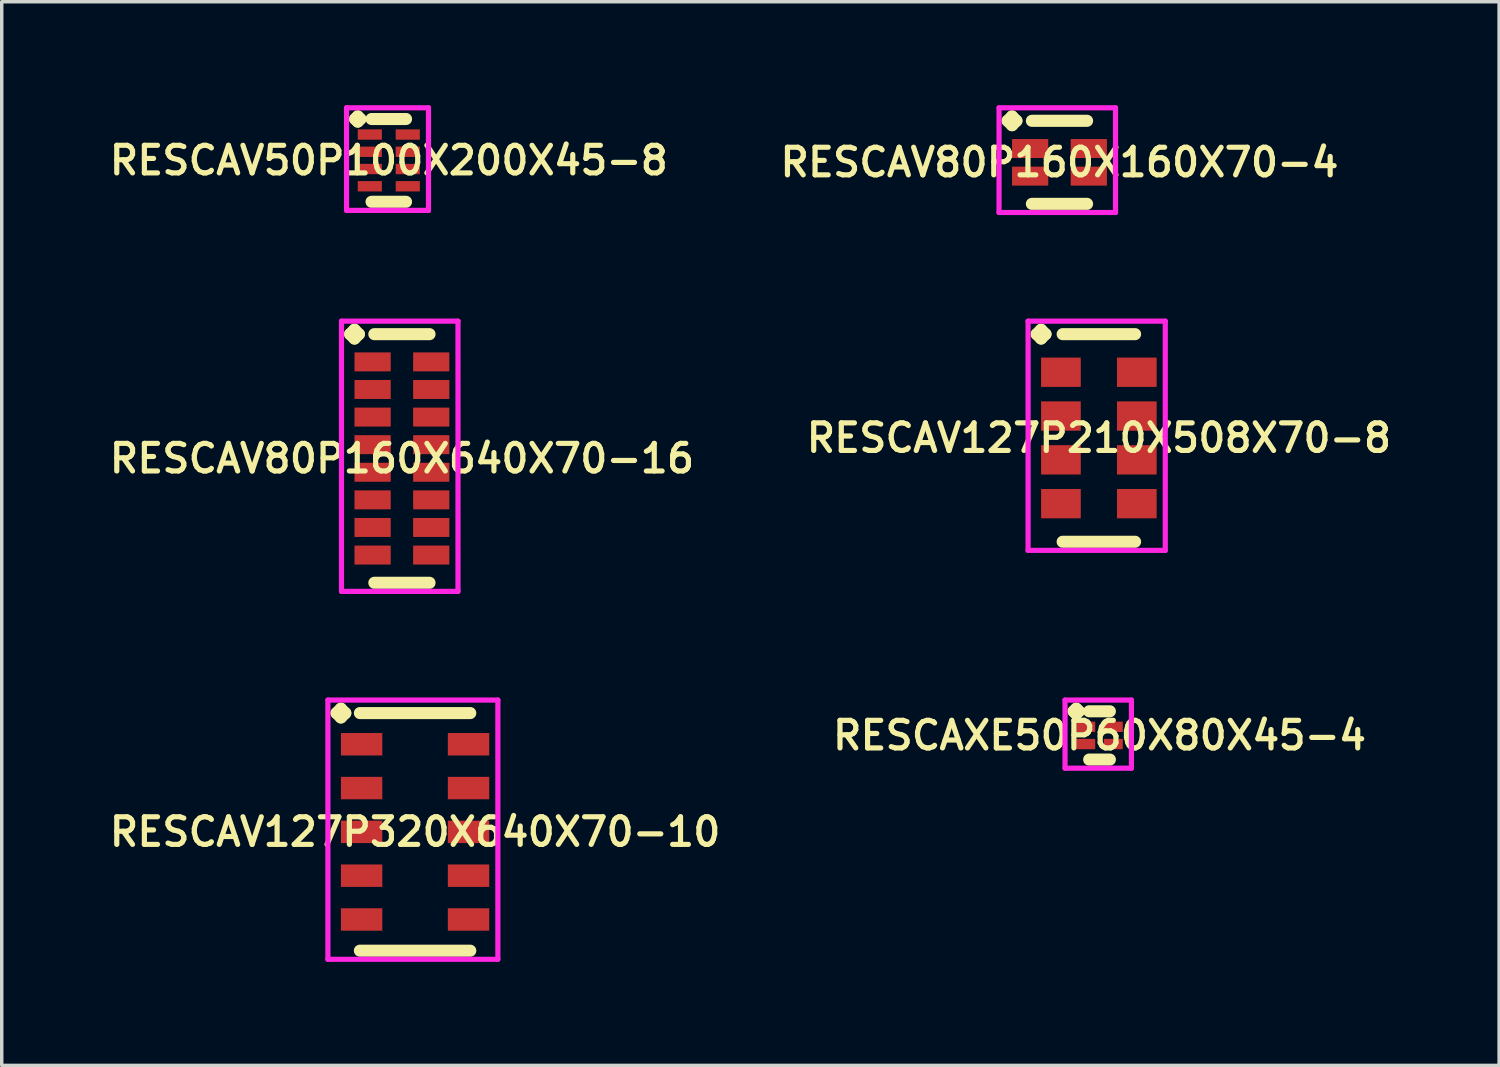
<source format=kicad_pcb>
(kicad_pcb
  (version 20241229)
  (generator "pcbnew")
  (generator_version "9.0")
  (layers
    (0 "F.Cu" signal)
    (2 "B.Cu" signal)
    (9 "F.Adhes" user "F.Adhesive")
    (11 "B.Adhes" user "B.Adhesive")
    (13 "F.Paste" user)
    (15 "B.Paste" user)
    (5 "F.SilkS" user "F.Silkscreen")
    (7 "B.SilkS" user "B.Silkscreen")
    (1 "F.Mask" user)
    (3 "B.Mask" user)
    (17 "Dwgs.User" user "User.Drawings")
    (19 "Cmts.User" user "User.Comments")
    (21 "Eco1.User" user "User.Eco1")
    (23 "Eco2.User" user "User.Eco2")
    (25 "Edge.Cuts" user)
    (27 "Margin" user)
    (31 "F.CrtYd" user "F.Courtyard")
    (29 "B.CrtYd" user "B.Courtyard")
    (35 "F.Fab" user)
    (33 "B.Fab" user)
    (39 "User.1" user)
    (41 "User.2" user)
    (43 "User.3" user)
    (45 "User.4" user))
  (footprint "RESCAV50P100X200X45-8"
    (layer "F.Cu")
    (at 8.221 1.6)
    (property "Reference" "RESCAV50P100X200X45-8" (at 0 0 0) (layer "F.SilkS") (effects (font (size 0.8 0.8) (thickness 0.15))))
    (attr smd)
    (fp_line (start -0.975 -1.2) (end -0.9 -1.275) (stroke (width 0.35) (type solid)) (layer "F.SilkS"))
    (fp_line (start -0.9 -1.275) (end -0.825 -1.2) (stroke (width 0.35) (type solid)) (layer "F.SilkS"))
    (fp_line (start -0.9 -1.125) (end -0.975 -1.2) (stroke (width 0.35) (type solid)) (layer "F.SilkS"))
    (fp_line (start -0.825 -1.2) (end -0.9 -1.125) (stroke (width 0.35) (type solid)) (layer "F.SilkS"))
    (fp_line (start -0.5 -1.2) (end 0.5 -1.2) (stroke (width 0.35) (type solid)) (layer "F.SilkS"))
    (fp_line (start -0.5 1.2) (end 0.5 1.2) (stroke (width 0.35) (type solid)) (layer "F.SilkS"))
    (fp_line (start -1.225 -1.525) (end 1.15 -1.525) (stroke (width 0.15) (type solid)) (layer "F.CrtYd"))
    (fp_line (start -1.225 1.45) (end -1.225 -1.525) (stroke (width 0.15) (type solid)) (layer "F.CrtYd"))
    (fp_line (start 1.15 -1.525) (end 1.15 1.45) (stroke (width 0.15) (type solid)) (layer "F.CrtYd"))
    (fp_line (start 1.15 1.45) (end -1.225 1.45) (stroke (width 0.15) (type solid)) (layer "F.CrtYd"))
    (pad "1" smd rect (at -0.55 -0.75) (size 0.7 0.3) (layers "F.Cu" "F.Mask" "F.Paste"))
    (pad "2" smd rect (at -0.55 -0.25) (size 0.7 0.3) (layers "F.Cu" "F.Mask" "F.Paste"))
    (pad "3" smd rect (at -0.55 0.25) (size 0.7 0.3) (layers "F.Cu" "F.Mask" "F.Paste"))
    (pad "4" smd rect (at -0.55 0.75) (size 0.7 0.3) (layers "F.Cu" "F.Mask" "F.Paste"))
    (pad "5" smd rect (at 0.55 0.75) (size 0.7 0.3) (layers "F.Cu" "F.Mask" "F.Paste"))
    (pad "6" smd rect (at 0.55 0.25) (size 0.7 0.3) (layers "F.Cu" "F.Mask" "F.Paste"))
    (pad "7" smd rect (at 0.55 -0.25) (size 0.7 0.3) (layers "F.Cu" "F.Mask" "F.Paste"))
    (pad "8" smd rect (at 0.55 -0.75) (size 0.7 0.3) (layers "F.Cu" "F.Mask" "F.Paste")))
  (footprint "RESCAV127P210X508X70-8"
    (layer "F.Cu")
    (at 28.806 9.646)
    (property "Reference" "RESCAV127P210X508X70-8" (at 0 0 0) (layer "F.SilkS") (effects (font (size 0.8 0.8) (thickness 0.15))))
    (attr smd)
    (fp_line (start -1.802 -3.009) (end -1.675 -3.136) (stroke (width 0.35) (type solid)) (layer "F.SilkS"))
    (fp_line (start -1.675 -3.136) (end -1.548 -3.009) (stroke (width 0.35) (type solid)) (layer "F.SilkS"))
    (fp_line (start -1.675 -2.882) (end -1.802 -3.009) (stroke (width 0.35) (type solid)) (layer "F.SilkS"))
    (fp_line (start -1.548 -3.009) (end -1.675 -2.882) (stroke (width 0.35) (type solid)) (layer "F.SilkS"))
    (fp_line (start -1.05 -3.009) (end 1.05 -3.009) (stroke (width 0.35) (type solid)) (layer "F.SilkS"))
    (fp_line (start -1.05 3.009) (end 1.05 3.009) (stroke (width 0.35) (type solid)) (layer "F.SilkS"))
    (fp_line (start -2.052 -3.386) (end 1.925 -3.386) (stroke (width 0.15) (type solid)) (layer "F.CrtYd"))
    (fp_line (start -2.052 3.259) (end -2.052 -3.386) (stroke (width 0.15) (type solid)) (layer "F.CrtYd"))
    (fp_line (start 1.925 -3.386) (end 1.925 3.259) (stroke (width 0.15) (type solid)) (layer "F.CrtYd"))
    (fp_line (start 1.925 3.259) (end -2.052 3.259) (stroke (width 0.15) (type solid)) (layer "F.CrtYd"))
    (pad "1" smd rect (at -1.1 -1.905) (size 1.15 0.85) (layers "F.Cu" "F.Mask" "F.Paste"))
    (pad "2" smd rect (at -1.1 -0.635) (size 1.15 0.85) (layers "F.Cu" "F.Mask" "F.Paste"))
    (pad "3" smd rect (at -1.1 0.635) (size 1.15 0.85) (layers "F.Cu" "F.Mask" "F.Paste"))
    (pad "4" smd rect (at -1.1 1.905) (size 1.15 0.85) (layers "F.Cu" "F.Mask" "F.Paste"))
    (pad "5" smd rect (at 1.1 1.905) (size 1.15 0.85) (layers "F.Cu" "F.Mask" "F.Paste"))
    (pad "6" smd rect (at 1.1 0.635) (size 1.15 0.85) (layers "F.Cu" "F.Mask" "F.Paste"))
    (pad "7" smd rect (at 1.1 -0.635) (size 1.15 0.85) (layers "F.Cu" "F.Mask" "F.Paste"))
    (pad "8" smd rect (at 1.1 -1.905) (size 1.15 0.85) (layers "F.Cu" "F.Mask" "F.Paste")))
  (footprint "RESCAV80P160X160X70-4"
    (layer "F.Cu")
    (at 27.664 1.656)
    (property "Reference" "RESCAV80P160X160X70-4" (at 0 0 0) (layer "F.SilkS") (effects (font (size 0.8 0.8) (thickness 0.15))))
    (attr smd)
    (fp_line (start -1.502 -1.204) (end -1.375 -1.331) (stroke (width 0.35) (type solid)) (layer "F.SilkS"))
    (fp_line (start -1.375 -1.331) (end -1.248 -1.204) (stroke (width 0.35) (type solid)) (layer "F.SilkS"))
    (fp_line (start -1.375 -1.077) (end -1.502 -1.204) (stroke (width 0.35) (type solid)) (layer "F.SilkS"))
    (fp_line (start -1.248 -1.204) (end -1.375 -1.077) (stroke (width 0.35) (type solid)) (layer "F.SilkS"))
    (fp_line (start -0.8 -1.204) (end 0.8 -1.204) (stroke (width 0.35) (type solid)) (layer "F.SilkS"))
    (fp_line (start -0.8 1.204) (end 0.8 1.204) (stroke (width 0.35) (type solid)) (layer "F.SilkS"))
    (fp_line (start -1.752 -1.581) (end 1.625 -1.581) (stroke (width 0.15) (type solid)) (layer "F.CrtYd"))
    (fp_line (start -1.752 1.454) (end -1.752 -1.581) (stroke (width 0.15) (type solid)) (layer "F.CrtYd"))
    (fp_line (start 1.625 -1.581) (end 1.625 1.454) (stroke (width 0.15) (type solid)) (layer "F.CrtYd"))
    (fp_line (start 1.625 1.454) (end -1.752 1.454) (stroke (width 0.15) (type solid)) (layer "F.CrtYd"))
    (pad "1" smd rect (at -0.85 -0.4) (size 1.05 0.55) (layers "F.Cu" "F.Mask" "F.Paste"))
    (pad "2" smd rect (at -0.85 0.4) (size 1.05 0.55) (layers "F.Cu" "F.Mask" "F.Paste"))
    (pad "3" smd rect (at 0.85 0.4) (size 1.05 0.55) (layers "F.Cu" "F.Mask" "F.Paste"))
    (pad "4" smd rect (at 0.85 -0.4) (size 1.05 0.55) (layers "F.Cu" "F.Mask" "F.Paste")))
  (footprint "RESCAV127P320X640X70-10"
    (layer "F.Cu")
    (at 8.983 21.066)
    (property "Reference" "RESCAV127P320X640X70-10" (at 0 0 0) (layer "F.SilkS") (effects (font (size 0.8 0.8) (thickness 0.15))))
    (attr smd)
    (fp_line (start -2.277 -3.444) (end -2.15 -3.571) (stroke (width 0.35) (type solid)) (layer "F.SilkS"))
    (fp_line (start -2.15 -3.571) (end -2.023 -3.444) (stroke (width 0.35) (type solid)) (layer "F.SilkS"))
    (fp_line (start -2.15 -3.317) (end -2.277 -3.444) (stroke (width 0.35) (type solid)) (layer "F.SilkS"))
    (fp_line (start -2.023 -3.444) (end -2.15 -3.317) (stroke (width 0.35) (type solid)) (layer "F.SilkS"))
    (fp_line (start -1.6 -3.444) (end 1.6 -3.444) (stroke (width 0.35) (type solid)) (layer "F.SilkS"))
    (fp_line (start -1.6 3.444) (end 1.6 3.444) (stroke (width 0.35) (type solid)) (layer "F.SilkS"))
    (fp_line (start -2.527 -3.821) (end 2.4 -3.821) (stroke (width 0.15) (type solid)) (layer "F.CrtYd"))
    (fp_line (start -2.527 3.694) (end -2.527 -3.821) (stroke (width 0.15) (type solid)) (layer "F.CrtYd"))
    (fp_line (start 2.4 -3.821) (end 2.4 3.694) (stroke (width 0.15) (type solid)) (layer "F.CrtYd"))
    (fp_line (start 2.4 3.694) (end -2.527 3.694) (stroke (width 0.15) (type solid)) (layer "F.CrtYd"))
    (pad "1" smd rect (at -1.55 -2.54) (size 1.2 0.65) (layers "F.Cu" "F.Mask" "F.Paste"))
    (pad "2" smd rect (at -1.55 -1.27) (size 1.2 0.65) (layers "F.Cu" "F.Mask" "F.Paste"))
    (pad "3" smd rect (at -1.55 0) (size 1.2 0.65) (layers "F.Cu" "F.Mask" "F.Paste"))
    (pad "4" smd rect (at -1.55 1.27) (size 1.2 0.65) (layers "F.Cu" "F.Mask" "F.Paste"))
    (pad "5" smd rect (at -1.55 2.54) (size 1.2 0.65) (layers "F.Cu" "F.Mask" "F.Paste"))
    (pad "6" smd rect (at 1.55 2.54) (size 1.2 0.65) (layers "F.Cu" "F.Mask" "F.Paste"))
    (pad "7" smd rect (at 1.55 1.27) (size 1.2 0.65) (layers "F.Cu" "F.Mask" "F.Paste"))
    (pad "8" smd rect (at 1.55 0) (size 1.2 0.65) (layers "F.Cu" "F.Mask" "F.Paste"))
    (pad "9" smd rect (at 1.55 -1.27) (size 1.2 0.65) (layers "F.Cu" "F.Mask" "F.Paste"))
    (pad "10" smd rect (at 1.55 -2.54) (size 1.2 0.65) (layers "F.Cu" "F.Mask" "F.Paste")))
  (footprint "RESCAXE50P60X80X45-4"
    (layer "F.Cu")
    (at 28.825 18.27)
    (property "Reference" "RESCAXE50P60X80X45-4" (at 0 0 0) (layer "F.SilkS") (effects (font (size 0.8 0.8) (thickness 0.15))))
    (attr smd)
    (fp_line (start -0.75 -0.7) (end -0.675 -0.775) (stroke (width 0.35) (type solid)) (layer "F.SilkS"))
    (fp_line (start -0.675 -0.775) (end -0.6 -0.7) (stroke (width 0.35) (type solid)) (layer "F.SilkS"))
    (fp_line (start -0.675 -0.625) (end -0.75 -0.7) (stroke (width 0.35) (type solid)) (layer "F.SilkS"))
    (fp_line (start -0.6 -0.7) (end -0.675 -0.625) (stroke (width 0.35) (type solid)) (layer "F.SilkS"))
    (fp_line (start -0.3 -0.7) (end 0.3 -0.7) (stroke (width 0.35) (type solid)) (layer "F.SilkS"))
    (fp_line (start -0.3 0.7) (end 0.3 0.7) (stroke (width 0.35) (type solid)) (layer "F.SilkS"))
    (fp_line (start -1 -1.025) (end 0.925 -1.025) (stroke (width 0.15) (type solid)) (layer "F.CrtYd"))
    (fp_line (start -1 0.95) (end -1 -1.025) (stroke (width 0.15) (type solid)) (layer "F.CrtYd"))
    (fp_line (start 0.925 -1.025) (end 0.925 0.95) (stroke (width 0.15) (type solid)) (layer "F.CrtYd"))
    (fp_line (start 0.925 0.95) (end -1 0.95) (stroke (width 0.15) (type solid)) (layer "F.CrtYd"))
    (pad "1" smd rect (at -0.4 -0.25) (size 0.55 0.3) (layers "F.Cu" "F.Mask" "F.Paste"))
    (pad "2" smd rect (at -0.4 0.25) (size 0.55 0.3) (layers "F.Cu" "F.Mask" "F.Paste"))
    (pad "3" smd rect (at 0.4 0.25) (size 0.55 0.3) (layers "F.Cu" "F.Mask" "F.Paste"))
    (pad "4" smd rect (at 0.4 -0.25) (size 0.55 0.3) (layers "F.Cu" "F.Mask" "F.Paste")))
  (footprint "RESCAV80P160X640X70-16"
    (layer "F.Cu")
    (at 8.602 10.241)
    (property "Reference" "RESCAV80P160X640X70-16" (at 0 0 0) (layer "F.SilkS") (effects (font (size 0.8 0.8) (thickness 0.15))))
    (attr smd)
    (fp_line (start -1.502 -3.604) (end -1.375 -3.731) (stroke (width 0.35) (type solid)) (layer "F.SilkS"))
    (fp_line (start -1.375 -3.731) (end -1.248 -3.604) (stroke (width 0.35) (type solid)) (layer "F.SilkS"))
    (fp_line (start -1.375 -3.477) (end -1.502 -3.604) (stroke (width 0.35) (type solid)) (layer "F.SilkS"))
    (fp_line (start -1.248 -3.604) (end -1.375 -3.477) (stroke (width 0.35) (type solid)) (layer "F.SilkS"))
    (fp_line (start -0.8 -3.604) (end 0.8 -3.604) (stroke (width 0.35) (type solid)) (layer "F.SilkS"))
    (fp_line (start -0.8 3.604) (end 0.8 3.604) (stroke (width 0.35) (type solid)) (layer "F.SilkS"))
    (fp_line (start -1.752 -3.981) (end 1.625 -3.981) (stroke (width 0.15) (type solid)) (layer "F.CrtYd"))
    (fp_line (start -1.752 3.854) (end -1.752 -3.981) (stroke (width 0.15) (type solid)) (layer "F.CrtYd"))
    (fp_line (start 1.625 -3.981) (end 1.625 3.854) (stroke (width 0.15) (type solid)) (layer "F.CrtYd"))
    (fp_line (start 1.625 3.854) (end -1.752 3.854) (stroke (width 0.15) (type solid)) (layer "F.CrtYd"))
    (pad "1" smd rect (at -0.85 -2.8) (size 1.05 0.55) (layers "F.Cu" "F.Mask" "F.Paste"))
    (pad "2" smd rect (at -0.85 -2) (size 1.05 0.55) (layers "F.Cu" "F.Mask" "F.Paste"))
    (pad "3" smd rect (at -0.85 -1.2) (size 1.05 0.55) (layers "F.Cu" "F.Mask" "F.Paste"))
    (pad "4" smd rect (at -0.85 -0.4) (size 1.05 0.55) (layers "F.Cu" "F.Mask" "F.Paste"))
    (pad "5" smd rect (at -0.85 0.4) (size 1.05 0.55) (layers "F.Cu" "F.Mask" "F.Paste"))
    (pad "6" smd rect (at -0.85 1.2) (size 1.05 0.55) (layers "F.Cu" "F.Mask" "F.Paste"))
    (pad "7" smd rect (at -0.85 2) (size 1.05 0.55) (layers "F.Cu" "F.Mask" "F.Paste"))
    (pad "8" smd rect (at -0.85 2.8) (size 1.05 0.55) (layers "F.Cu" "F.Mask" "F.Paste"))
    (pad "9" smd rect (at 0.85 2.8) (size 1.05 0.55) (layers "F.Cu" "F.Mask" "F.Paste"))
    (pad "10" smd rect (at 0.85 2) (size 1.05 0.55) (layers "F.Cu" "F.Mask" "F.Paste"))
    (pad "11" smd rect (at 0.85 1.2) (size 1.05 0.55) (layers "F.Cu" "F.Mask" "F.Paste"))
    (pad "12" smd rect (at 0.85 0.4) (size 1.05 0.55) (layers "F.Cu" "F.Mask" "F.Paste"))
    (pad "13" smd rect (at 0.85 -0.4) (size 1.05 0.55) (layers "F.Cu" "F.Mask" "F.Paste"))
    (pad "14" smd rect (at 0.85 -1.2) (size 1.05 0.55) (layers "F.Cu" "F.Mask" "F.Paste"))
    (pad "15" smd rect (at 0.85 -2) (size 1.05 0.55) (layers "F.Cu" "F.Mask" "F.Paste"))
    (pad "16" smd rect (at 0.85 -2.8) (size 1.05 0.55) (layers "F.Cu" "F.Mask" "F.Paste")))
  (gr_rect
    (start -3 -3)
    (end 40.409 27.835)
    (stroke (width 0.1) (type default))
    (fill no)
    (layer "Edge.Cuts")))
</source>
